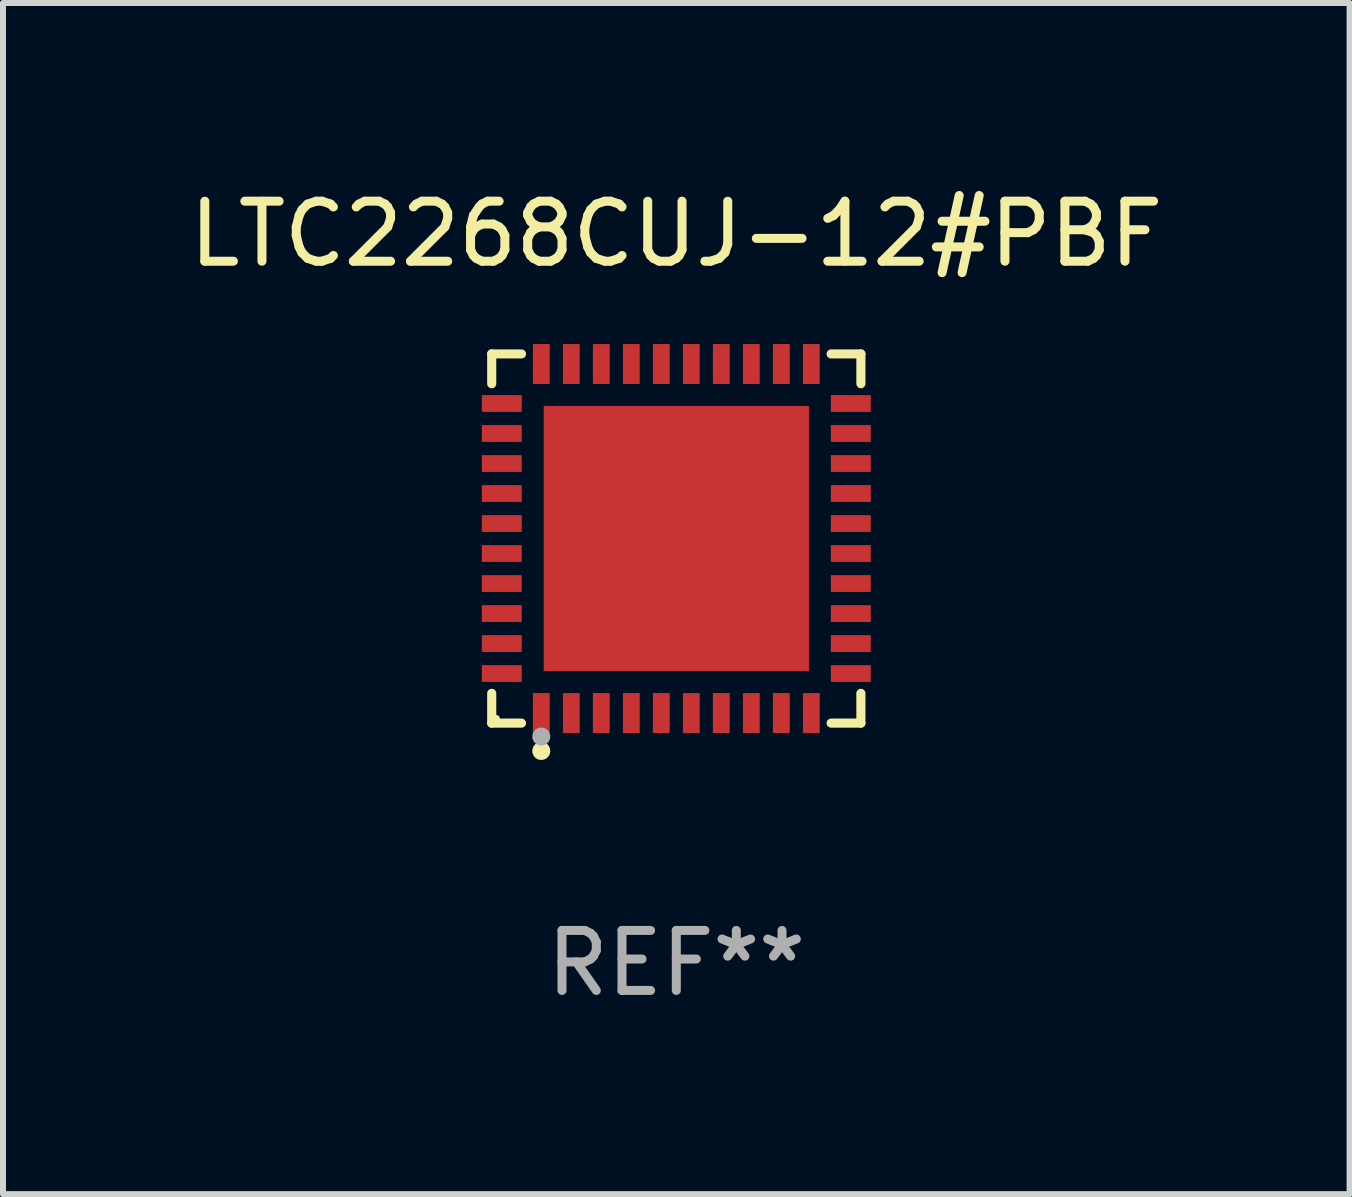
<source format=kicad_pcb>
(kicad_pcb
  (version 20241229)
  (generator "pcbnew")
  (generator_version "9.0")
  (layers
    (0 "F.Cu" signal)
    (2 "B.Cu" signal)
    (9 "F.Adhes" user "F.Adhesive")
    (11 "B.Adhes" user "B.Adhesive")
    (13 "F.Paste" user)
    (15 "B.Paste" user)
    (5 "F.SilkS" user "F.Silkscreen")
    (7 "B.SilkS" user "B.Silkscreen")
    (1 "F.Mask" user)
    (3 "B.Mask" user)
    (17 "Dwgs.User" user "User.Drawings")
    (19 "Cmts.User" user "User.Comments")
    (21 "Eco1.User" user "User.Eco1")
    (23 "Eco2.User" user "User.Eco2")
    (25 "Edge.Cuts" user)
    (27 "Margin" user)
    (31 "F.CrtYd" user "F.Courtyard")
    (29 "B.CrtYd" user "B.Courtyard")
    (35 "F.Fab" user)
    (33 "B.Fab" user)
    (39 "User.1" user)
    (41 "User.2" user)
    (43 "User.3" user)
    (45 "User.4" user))
  (footprint "LTC2268CUJ-12#PBF"
    (layer "F.Cu")
    (at 8.22 5.924)
    (property "Reference" "LTC2268CUJ-12#PBF" (at 0 -5.076 0) (layer "F.SilkS") (effects (font (size 1 1) (thickness 0.15))))
    (attr through_hole)
    (fp_line (start -3.076 -3.076) (end -2.58 -3.076) (stroke (width 0.152) (type solid)) (layer "F.SilkS"))
    (fp_line (start -3.076 -2.58) (end -3.076 -3.076) (stroke (width 0.152) (type solid)) (layer "F.SilkS"))
    (fp_line (start -3.076 2.58) (end -3.076 3.076) (stroke (width 0.152) (type solid)) (layer "F.SilkS"))
    (fp_line (start -3.076 3.076) (end -2.58 3.076) (stroke (width 0.152) (type solid)) (layer "F.SilkS"))
    (fp_line (start 3.076 -3.076) (end 2.58 -3.076) (stroke (width 0.152) (type solid)) (layer "F.SilkS"))
    (fp_line (start 3.076 -2.58) (end 3.076 -3.076) (stroke (width 0.152) (type solid)) (layer "F.SilkS"))
    (fp_line (start 3.076 2.58) (end 3.076 3.076) (stroke (width 0.152) (type solid)) (layer "F.SilkS"))
    (fp_line (start 3.076 3.076) (end 2.58 3.076) (stroke (width 0.152) (type solid)) (layer "F.SilkS"))
    (fp_circle (center -3 3) (end -2.97 3) (stroke (width 0.06) (type solid)) (fill no) (layer "F.SilkS"))
    (fp_circle (center -2.25 3.54) (end -2.175 3.54) (stroke (width 0.15) (type solid)) (fill no) (layer "F.SilkS"))
    (fp_circle (center -2.25 3.3) (end -2.175 3.3) (stroke (width 0.15) (type solid)) (fill no) (layer "F.Fab"))
    (fp_text user "REF**" (at 0 7.076 0) (layer "F.Fab") (effects (font (size 1 1) (thickness 0.15))))
    (pad "1" smd rect (at -2.25 2.908) (size 0.28 0.665) (layers "F.Cu" "F.Mask" "F.Paste"))
    (pad "2" smd rect (at -1.75 2.908) (size 0.28 0.665) (layers "F.Cu" "F.Mask" "F.Paste"))
    (pad "3" smd rect (at -1.25 2.908) (size 0.28 0.665) (layers "F.Cu" "F.Mask" "F.Paste"))
    (pad "4" smd rect (at -0.75 2.908) (size 0.28 0.665) (layers "F.Cu" "F.Mask" "F.Paste"))
    (pad "5" smd rect (at -0.25 2.908) (size 0.28 0.665) (layers "F.Cu" "F.Mask" "F.Paste"))
    (pad "6" smd rect (at 0.25 2.908) (size 0.28 0.665) (layers "F.Cu" "F.Mask" "F.Paste"))
    (pad "7" smd rect (at 0.75 2.908) (size 0.28 0.665) (layers "F.Cu" "F.Mask" "F.Paste"))
    (pad "8" smd rect (at 1.25 2.908) (size 0.28 0.665) (layers "F.Cu" "F.Mask" "F.Paste"))
    (pad "9" smd rect (at 1.75 2.908) (size 0.28 0.665) (layers "F.Cu" "F.Mask" "F.Paste"))
    (pad "10" smd rect (at 2.25 2.908) (size 0.28 0.665) (layers "F.Cu" "F.Mask" "F.Paste"))
    (pad "11" smd rect (at 2.908 2.25) (size 0.665 0.28) (layers "F.Cu" "F.Mask" "F.Paste"))
    (pad "12" smd rect (at 2.908 1.75) (size 0.665 0.28) (layers "F.Cu" "F.Mask" "F.Paste"))
    (pad "13" smd rect (at 2.908 1.25) (size 0.665 0.28) (layers "F.Cu" "F.Mask" "F.Paste"))
    (pad "14" smd rect (at 2.908 0.75) (size 0.665 0.28) (layers "F.Cu" "F.Mask" "F.Paste"))
    (pad "15" smd rect (at 2.908 0.25) (size 0.665 0.28) (layers "F.Cu" "F.Mask" "F.Paste"))
    (pad "16" smd rect (at 2.908 -0.25) (size 0.665 0.28) (layers "F.Cu" "F.Mask" "F.Paste"))
    (pad "17" smd rect (at 2.908 -0.75) (size 0.665 0.28) (layers "F.Cu" "F.Mask" "F.Paste"))
    (pad "18" smd rect (at 2.908 -1.25) (size 0.665 0.28) (layers "F.Cu" "F.Mask" "F.Paste"))
    (pad "19" smd rect (at 2.908 -1.75) (size 0.665 0.28) (layers "F.Cu" "F.Mask" "F.Paste"))
    (pad "20" smd rect (at 2.908 -2.25) (size 0.665 0.28) (layers "F.Cu" "F.Mask" "F.Paste"))
    (pad "21" smd rect (at 2.25 -2.908) (size 0.28 0.665) (layers "F.Cu" "F.Mask" "F.Paste"))
    (pad "22" smd rect (at 1.75 -2.908) (size 0.28 0.665) (layers "F.Cu" "F.Mask" "F.Paste"))
    (pad "23" smd rect (at 1.25 -2.908) (size 0.28 0.665) (layers "F.Cu" "F.Mask" "F.Paste"))
    (pad "24" smd rect (at 0.75 -2.908) (size 0.28 0.665) (layers "F.Cu" "F.Mask" "F.Paste"))
    (pad "25" smd rect (at 0.25 -2.908) (size 0.28 0.665) (layers "F.Cu" "F.Mask" "F.Paste"))
    (pad "26" smd rect (at -0.25 -2.908) (size 0.28 0.665) (layers "F.Cu" "F.Mask" "F.Paste"))
    (pad "27" smd rect (at -0.75 -2.908) (size 0.28 0.665) (layers "F.Cu" "F.Mask" "F.Paste"))
    (pad "28" smd rect (at -1.25 -2.908) (size 0.28 0.665) (layers "F.Cu" "F.Mask" "F.Paste"))
    (pad "29" smd rect (at -1.75 -2.908) (size 0.28 0.665) (layers "F.Cu" "F.Mask" "F.Paste"))
    (pad "30" smd rect (at -2.25 -2.908) (size 0.28 0.665) (layers "F.Cu" "F.Mask" "F.Paste"))
    (pad "31" smd rect (at -2.908 -2.25) (size 0.665 0.28) (layers "F.Cu" "F.Mask" "F.Paste"))
    (pad "32" smd rect (at -2.908 -1.75) (size 0.665 0.28) (layers "F.Cu" "F.Mask" "F.Paste"))
    (pad "33" smd rect (at -2.908 -1.25) (size 0.665 0.28) (layers "F.Cu" "F.Mask" "F.Paste"))
    (pad "34" smd rect (at -2.908 -0.75) (size 0.665 0.28) (layers "F.Cu" "F.Mask" "F.Paste"))
    (pad "35" smd rect (at -2.908 -0.25) (size 0.665 0.28) (layers "F.Cu" "F.Mask" "F.Paste"))
    (pad "36" smd rect (at -2.908 0.25) (size 0.665 0.28) (layers "F.Cu" "F.Mask" "F.Paste"))
    (pad "37" smd rect (at -2.908 0.75) (size 0.665 0.28) (layers "F.Cu" "F.Mask" "F.Paste"))
    (pad "38" smd rect (at -2.908 1.25) (size 0.665 0.28) (layers "F.Cu" "F.Mask" "F.Paste"))
    (pad "39" smd rect (at -2.908 1.75) (size 0.665 0.28) (layers "F.Cu" "F.Mask" "F.Paste"))
    (pad "40" smd rect (at -2.908 2.25) (size 0.665 0.28) (layers "F.Cu" "F.Mask" "F.Paste"))
    (pad "41" smd rect (at 0 0) (size 4.42 4.42) (layers "F.Cu" "F.Mask" "F.Paste")))
  (gr_rect
    (start -3 -3)
    (end 19.44 16.849)
    (stroke (width 0.1) (type default))
    (fill no)
    (layer "Edge.Cuts")))
</source>
